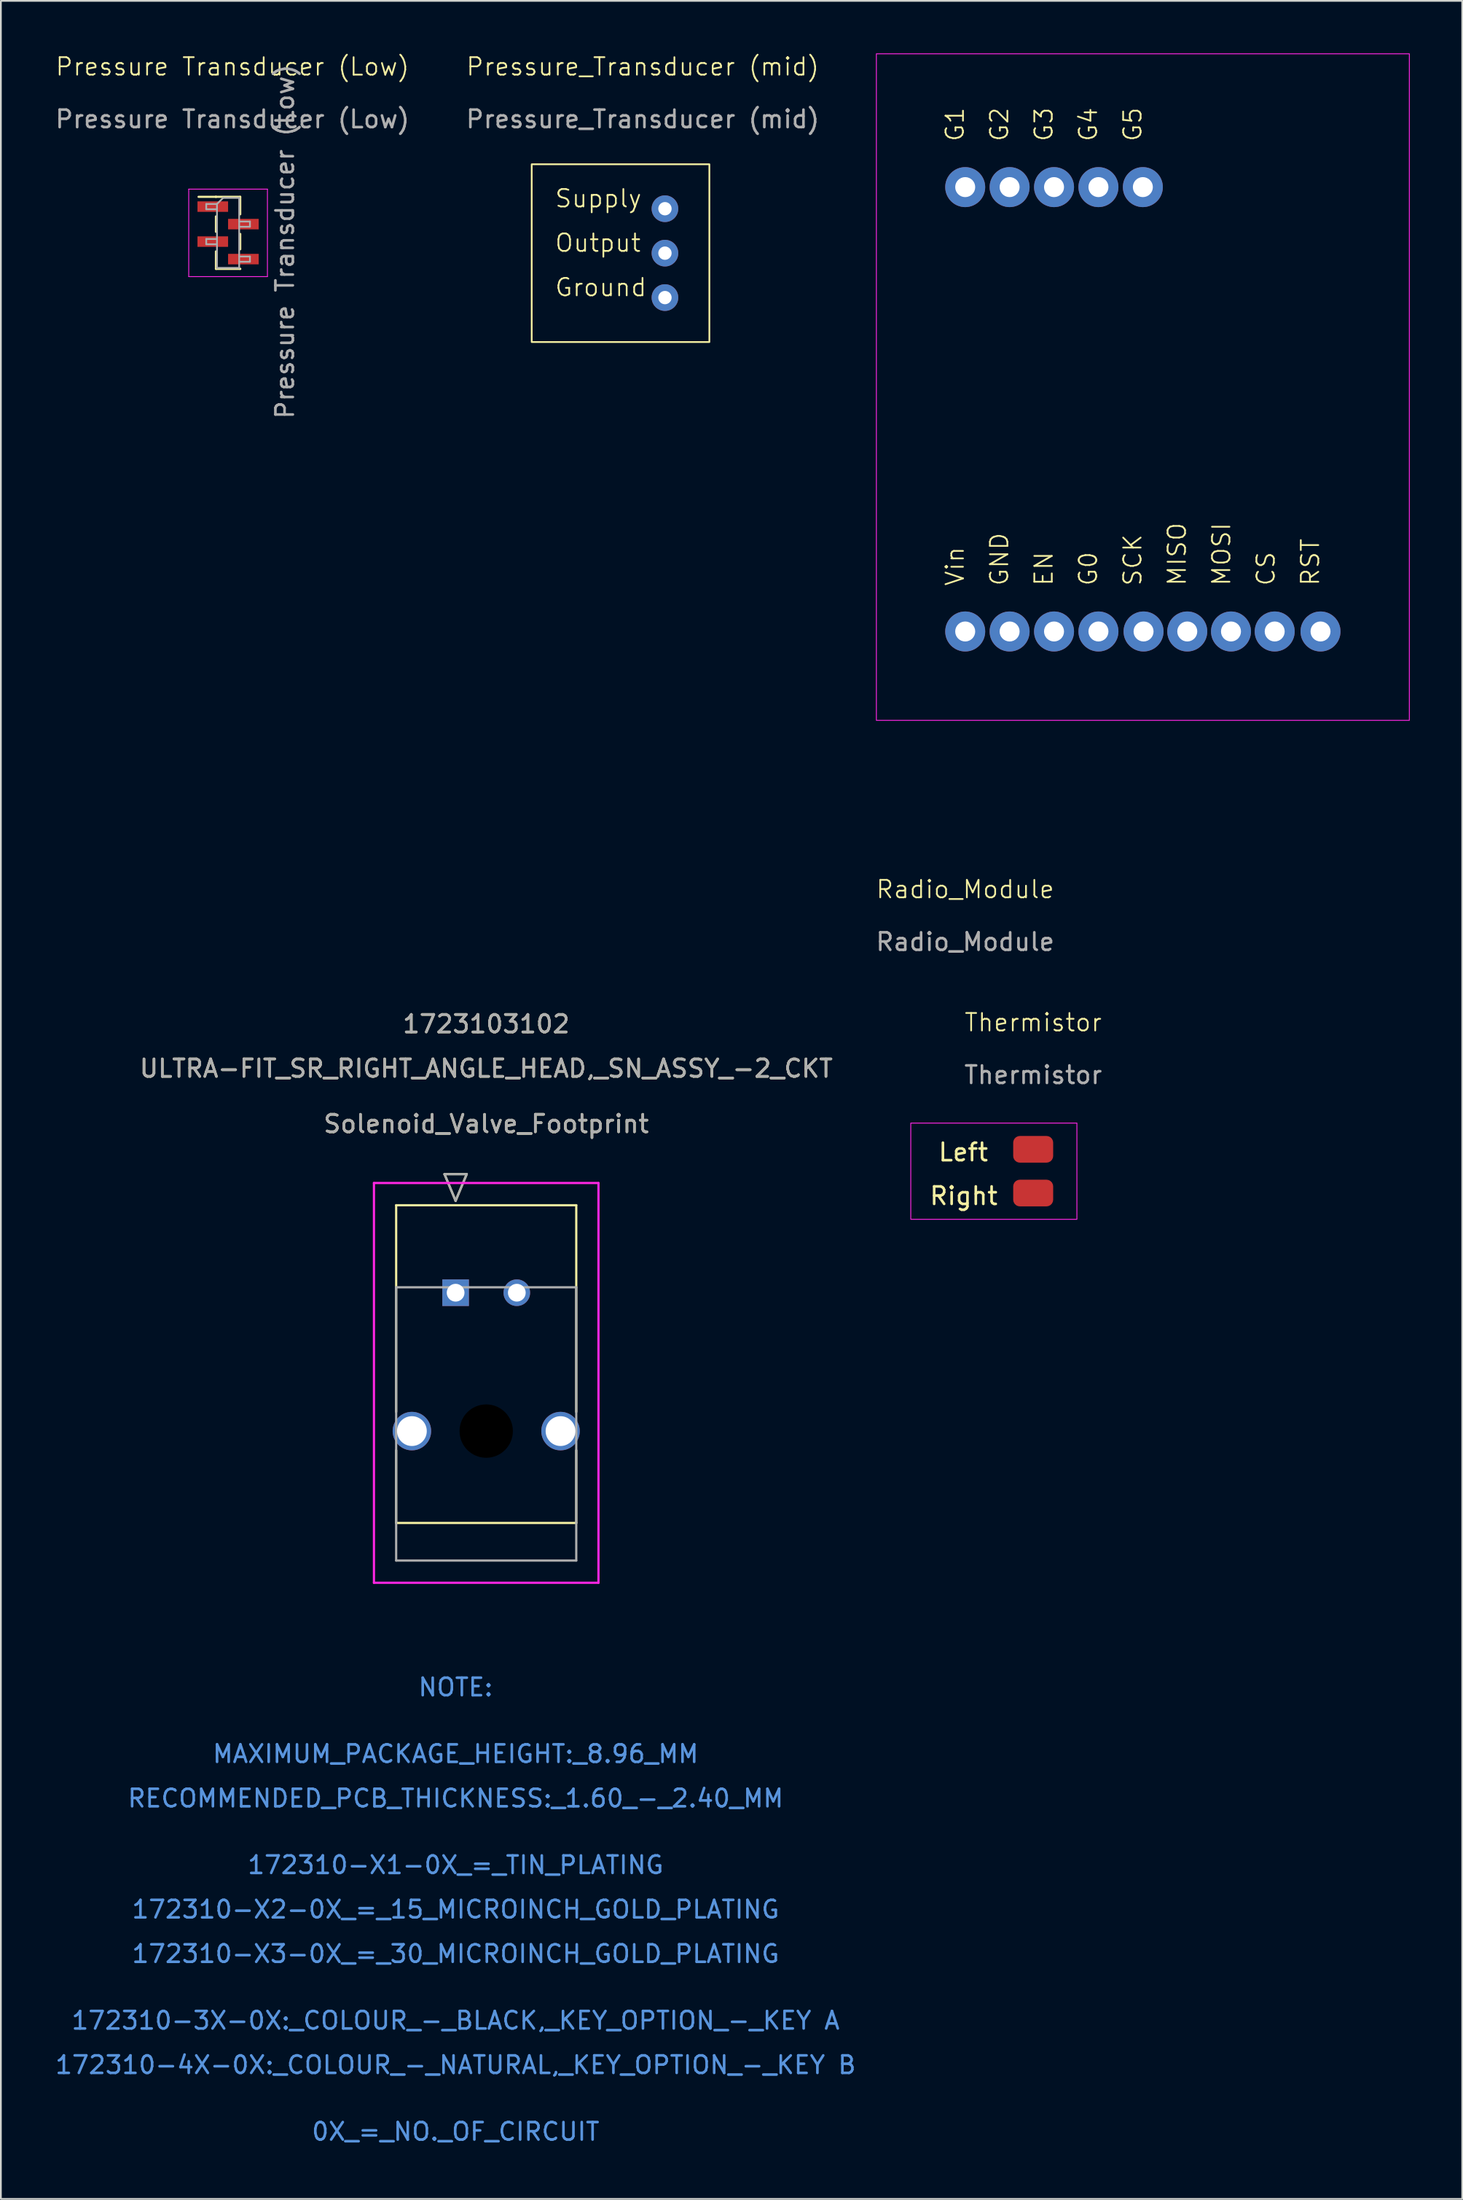
<source format=kicad_pcb>
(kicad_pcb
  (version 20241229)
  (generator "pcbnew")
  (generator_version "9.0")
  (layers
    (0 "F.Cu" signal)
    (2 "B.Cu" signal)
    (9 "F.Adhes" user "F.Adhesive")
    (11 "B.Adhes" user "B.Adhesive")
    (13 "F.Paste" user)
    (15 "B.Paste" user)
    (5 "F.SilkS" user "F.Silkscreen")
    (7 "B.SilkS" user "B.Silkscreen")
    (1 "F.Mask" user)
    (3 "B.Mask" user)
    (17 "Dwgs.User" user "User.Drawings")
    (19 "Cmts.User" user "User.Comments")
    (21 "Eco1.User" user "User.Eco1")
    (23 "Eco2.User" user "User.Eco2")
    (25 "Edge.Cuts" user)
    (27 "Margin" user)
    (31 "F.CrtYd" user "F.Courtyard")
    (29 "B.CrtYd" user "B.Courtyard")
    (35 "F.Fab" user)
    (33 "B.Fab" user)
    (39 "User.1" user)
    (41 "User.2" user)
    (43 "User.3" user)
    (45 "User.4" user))
  (footprint "Pressure_Transducer (mid)"
    (layer "F.Cu")
    (at 33.708 1.26)
    (property "Reference" "Pressure_Transducer (mid)" (at 0 -0.5 0) (unlocked yes) (layer "F.SilkS") (effects (font (size 1 1) (thickness 0.1))))
    (attr through_hole)
    (fp_rect (start -6.35 5.08) (end 3.81 15.24) (stroke (width 0.1) (type default)) (fill no) (layer "F.SilkS"))
    (fp_text user "Ground" (at -5.08 12.7 0) (unlocked yes) (layer "F.SilkS") (effects (font (size 1 1) (thickness 0.1)) (justify left bottom)))
    (fp_text user "Output" (at -5.08 10.16 0) (unlocked yes) (layer "F.SilkS") (effects (font (size 1 1) (thickness 0.1)) (justify left bottom)))
    (fp_text user "Supply" (at -5.08 7.62 0) (unlocked yes) (layer "F.SilkS") (effects (font (size 1 1) (thickness 0.1)) (justify left bottom)))
    (fp_text user "${REFERENCE}" (at 0 2.5 0) (unlocked yes) (layer "F.Fab") (effects (font (size 1 1) (thickness 0.15))))
    (pad "1" thru_hole circle (at 1.27 7.62) (size 1.524 1.524) (drill 0.762) (layers "*.Cu" "*.Mask"))
    (pad "2" thru_hole circle (at 1.27 10.16 90) (size 1.524 1.524) (drill 0.762) (layers "*.Cu" "*.Mask"))
    (pad "3" thru_hole circle (at 1.27 12.7 90) (size 1.524 1.524) (drill 0.762) (layers "*.Cu" "*.Mask")))
  (footprint "Thermistor"
    (layer "F.Cu")
    (at 56.037 55.894)
    (property "Reference" "Thermistor" (at 0 -0.5 0) (unlocked yes) (layer "F.SilkS") (effects (font (size 1 1) (thickness 0.1))))
    (attr smd)
    (fp_rect (start -7 5.25) (end 2.5 10.75) (stroke (width 0.05) (type default)) (fill no) (layer "F.CrtYd"))
    (fp_text user "Left" (at -5.5 7.5 0) (unlocked yes) (layer "F.SilkS") (effects (font (size 1 1) (thickness 0.15)) (justify left bottom)))
    (fp_text user "Right" (at -6 10 0) (unlocked yes) (layer "F.SilkS") (effects (font (size 1 1) (thickness 0.15)) (justify left bottom)))
    (fp_text user "${REFERENCE}" (at 0 2.5 0) (unlocked yes) (layer "F.Fab") (effects (font (size 1 1) (thickness 0.15))))
    (pad "1" smd roundrect (at 0 6.75) (size 2.286 1.524) (layers "F.Cu" "F.Mask" "F.Paste") (roundrect_rratio 0.25))
    (pad "2" smd roundrect (at 0 9.25) (size 2.286 1.524) (layers "F.Cu" "F.Mask" "F.Paste") (roundrect_rratio 0.25)))
  (footprint "Radio_Module"
    (layer "F.Cu")
    (at 52.149 48.285)
    (property "Reference" "Radio_Module" (at 0 -0.5 0) (unlocked yes) (layer "F.SilkS") (effects (font (size 1 1) (thickness 0.1))))
    (attr through_hole)
    (fp_rect (start -5.08 -48.26) (end 25.4 -10.16) (stroke (width 0.05) (type default)) (fill no) (layer "F.CrtYd"))
    (fp_text user "G0" (at 7.62 -17.78 90) (unlocked yes) (layer "F.SilkS") (effects (font (size 1 1) (thickness 0.1)) (justify left bottom)))
    (fp_text user "GND" (at 2.54 -17.78 90) (unlocked yes) (layer "F.SilkS") (effects (font (size 1 1) (thickness 0.1)) (justify left bottom)))
    (fp_text user "G1" (at 0 -43.18 90) (unlocked yes) (layer "F.SilkS") (effects (font (size 1 1) (thickness 0.1)) (justify left bottom)))
    (fp_text user "G5" (at 10.16 -43.18 90) (unlocked yes) (layer "F.SilkS") (effects (font (size 1 1) (thickness 0.1)) (justify left bottom)))
    (fp_text user "SCK" (at 10.16 -17.78 90) (unlocked yes) (layer "F.SilkS") (effects (font (size 1 1) (thickness 0.1)) (justify left bottom)))
    (fp_text user "RST" (at 20.32 -17.78 90) (unlocked yes) (layer "F.SilkS") (effects (font (size 1 1) (thickness 0.1)) (justify left bottom)))
    (fp_text user "Vin" (at 0 -17.78 90) (unlocked yes) (layer "F.SilkS") (effects (font (size 1 1) (thickness 0.1)) (justify left bottom)))
    (fp_text user "G2" (at 2.54 -43.18 90) (unlocked yes) (layer "F.SilkS") (effects (font (size 1 1) (thickness 0.1)) (justify left bottom)))
    (fp_text user "MOSI" (at 15.24 -17.78 90) (unlocked yes) (layer "F.SilkS") (effects (font (size 1 1) (thickness 0.1)) (justify left bottom)))
    (fp_text user "CS" (at 17.78 -17.78 90) (unlocked yes) (layer "F.SilkS") (effects (font (size 1 1) (thickness 0.1)) (justify left bottom)))
    (fp_text user "G3" (at 5.08 -43.18 90) (unlocked yes) (layer "F.SilkS") (effects (font (size 1 1) (thickness 0.1)) (justify left bottom)))
    (fp_text user "EN" (at 5.08 -17.78 90) (unlocked yes) (layer "F.SilkS") (effects (font (size 1 1) (thickness 0.1)) (justify left bottom)))
    (fp_text user "G4" (at 7.62 -43.18 90) (unlocked yes) (layer "F.SilkS") (effects (font (size 1 1) (thickness 0.1)) (justify left bottom)))
    (fp_text user "MISO" (at 12.7 -17.78 90) (unlocked yes) (layer "F.SilkS") (effects (font (size 1 1) (thickness 0.1)) (justify left bottom)))
    (fp_text user "${REFERENCE}" (at 0 2.5 0) (unlocked yes) (layer "F.Fab") (effects (font (size 1 1) (thickness 0.15))))
    (pad "1" thru_hole circle (at 0 -15.24) (size 2.286 2.286) (drill 1.143) (layers "*.Cu" "*.Mask"))
    (pad "2" thru_hole circle (at 2.54 -15.24) (size 2.286 2.286) (drill 1.143) (layers "*.Cu" "*.Mask"))
    (pad "3" thru_hole circle (at 5.08 -15.24) (size 2.286 2.286) (drill 1.143) (layers "*.Cu" "*.Mask"))
    (pad "4" thru_hole circle (at 7.62 -15.24) (size 2.286 2.286) (drill 1.143) (layers "*.Cu" "*.Mask"))
    (pad "5" thru_hole circle (at 10.2 -15.24) (size 2.286 2.286) (drill 1.143) (layers "*.Cu" "*.Mask"))
    (pad "6" thru_hole circle (at 12.7 -15.24) (size 2.286 2.286) (drill 1.143) (layers "*.Cu" "*.Mask"))
    (pad "7" thru_hole circle (at 15.2 -15.24) (size 2.286 2.286) (drill 1.143) (layers "*.Cu" "*.Mask"))
    (pad "8" thru_hole circle (at 17.7 -15.24) (size 2.286 2.286) (drill 1.143) (layers "*.Cu" "*.Mask"))
    (pad "9" thru_hole circle (at 20.32 -15.24) (size 2.286 2.286) (drill 1.143) (layers "*.Cu" "*.Mask"))
    (pad "10" thru_hole circle (at 0 -40.64) (size 2.286 2.286) (drill 1.143) (layers "*.Cu" "*.Mask"))
    (pad "11" thru_hole circle (at 2.54 -40.64) (size 2.286 2.286) (drill 1.143) (layers "*.Cu" "*.Mask"))
    (pad "12" thru_hole circle (at 5.08 -40.64) (size 2.286 2.286) (drill 1.143) (layers "*.Cu" "*.Mask"))
    (pad "13" thru_hole circle (at 7.62 -40.64) (size 2.286 2.286) (drill 1.143) (layers "*.Cu" "*.Mask"))
    (pad "14" thru_hole circle (at 10.16 -40.64) (size 2.286 2.286) (drill 1.143) (layers "*.Cu" "*.Mask")))
  (footprint "Pressure Transducer (Low)"
    (layer "F.Cu")
    (at 10.244 1.26)
    (property "Reference" "Pressure Transducer (Low)" (at 0 -0.5 0) (unlocked yes) (layer "F.SilkS") (effects (font (size 1 1) (thickness 0.1))))
    (attr smd)
    (fp_line (start -0.945 6.94) (end -1.94 6.94) (stroke (width 0.12) (type solid)) (layer "F.SilkS"))
    (fp_line (start -0.945 6.94) (end -0.945 6.94) (stroke (width 0.12) (type solid)) (layer "F.SilkS"))
    (fp_line (start -0.945 6.94) (end 0.445 6.94) (stroke (width 0.12) (type solid)) (layer "F.SilkS"))
    (fp_line (start -0.945 8.06) (end -0.945 8.94) (stroke (width 0.12) (type solid)) (layer "F.SilkS"))
    (fp_line (start -0.945 10.06) (end -0.945 11.06) (stroke (width 0.12) (type solid)) (layer "F.SilkS"))
    (fp_line (start -0.945 11.06) (end 0.445 11.06) (stroke (width 0.12) (type solid)) (layer "F.SilkS"))
    (fp_line (start 0.445 6.94) (end 0.445 7.94) (stroke (width 0.12) (type solid)) (layer "F.SilkS"))
    (fp_line (start 0.445 9.06) (end 0.445 9.94) (stroke (width 0.12) (type solid)) (layer "F.SilkS"))
    (fp_line (start 0.445 11.06) (end 0.445 11.06) (stroke (width 0.12) (type solid)) (layer "F.SilkS"))
    (fp_line (start -2.5 6.5) (end -2.5 11.5) (stroke (width 0.05) (type solid)) (layer "F.CrtYd"))
    (fp_line (start -2.5 11.5) (end 2 11.5) (stroke (width 0.05) (type solid)) (layer "F.CrtYd"))
    (fp_line (start 2 6.5) (end -2.5 6.5) (stroke (width 0.05) (type solid)) (layer "F.CrtYd"))
    (fp_line (start 2 11.5) (end 2 6.5) (stroke (width 0.05) (type solid)) (layer "F.CrtYd"))
    (fp_line (start -1.5 7.35) (end -1.5 7.65) (stroke (width 0.1) (type solid)) (layer "F.Fab"))
    (fp_line (start -1.5 7.65) (end -0.885 7.65) (stroke (width 0.1) (type solid)) (layer "F.Fab"))
    (fp_line (start -1.5 9.35) (end -1.5 9.65) (stroke (width 0.1) (type solid)) (layer "F.Fab"))
    (fp_line (start -1.5 9.65) (end -0.885 9.65) (stroke (width 0.1) (type solid)) (layer "F.Fab"))
    (fp_line (start -0.885 7.35) (end -1.5 7.35) (stroke (width 0.1) (type solid)) (layer "F.Fab"))
    (fp_line (start -0.885 7.35) (end -0.535 7) (stroke (width 0.1) (type solid)) (layer "F.Fab"))
    (fp_line (start -0.885 9.35) (end -1.5 9.35) (stroke (width 0.1) (type solid)) (layer "F.Fab"))
    (fp_line (start -0.885 11) (end -0.885 7.35) (stroke (width 0.1) (type solid)) (layer "F.Fab"))
    (fp_line (start -0.535 7) (end 0.385 7) (stroke (width 0.1) (type solid)) (layer "F.Fab"))
    (fp_line (start 0.385 7) (end 0.385 11) (stroke (width 0.1) (type solid)) (layer "F.Fab"))
    (fp_line (start 0.385 8.35) (end 1 8.35) (stroke (width 0.1) (type solid)) (layer "F.Fab"))
    (fp_line (start 0.385 10.35) (end 1 10.35) (stroke (width 0.1) (type solid)) (layer "F.Fab"))
    (fp_line (start 0.385 11) (end -0.885 11) (stroke (width 0.1) (type solid)) (layer "F.Fab"))
    (fp_line (start 1 8.35) (end 1 8.65) (stroke (width 0.1) (type solid)) (layer "F.Fab"))
    (fp_line (start 1 8.65) (end 0.385 8.65) (stroke (width 0.1) (type solid)) (layer "F.Fab"))
    (fp_line (start 1 10.35) (end 1 10.65) (stroke (width 0.1) (type solid)) (layer "F.Fab"))
    (fp_line (start 1 10.65) (end 0.385 10.65) (stroke (width 0.1) (type solid)) (layer "F.Fab"))
    (fp_text user "${REFERENCE}" (at 3 9.5 90) (layer "F.Fab") (effects (font (size 1 1) (thickness 0.15))))
    (fp_text user "${REFERENCE}" (at 0 2.5 0) (unlocked yes) (layer "F.Fab") (effects (font (size 1 1) (thickness 0.15))))
    (pad "1" smd rect (at -1.125 7.5) (size 1.75 0.6) (layers "F.Cu" "F.Mask" "F.Paste"))
    (pad "2" smd rect (at 0.625 8.5) (size 1.75 0.6) (layers "F.Cu" "F.Mask" "F.Paste"))
    (pad "3" smd rect (at -1.125 9.5) (size 1.75 0.6) (layers "F.Cu" "F.Mask" "F.Paste"))
    (pad "4" smd rect (at 0.625 10.5) (size 1.75 0.6) (layers "F.Cu" "F.Mask" "F.Paste")))
  (footprint "Solenoid_Valve_Footprint"
    (layer "F.Cu")
    (at 23.006 70.841)
    (property "Reference" "Solenoid_Valve_Footprint" (at 1.75 -9.652 0) (unlocked yes) (layer "F.SilkS") (effects (font (size 1 1) (thickness 0.15))))
    (attr through_hole)
    (fp_line (start -3.4 -5) (end -3.4 6.812) (stroke (width 0.127) (type solid)) (layer "F.SilkS"))
    (fp_line (start -3.4 9.008) (end -3.4 13.16) (stroke (width 0.127) (type solid)) (layer "F.SilkS"))
    (fp_line (start -3.4 13.16) (end 6.9 13.16) (stroke (width 0.127) (type solid)) (layer "F.SilkS"))
    (fp_line (start -0.635 -6.778) (end 0 -5.254) (stroke (width 0.127) (type solid)) (layer "F.SilkS"))
    (fp_line (start 0 -5.254) (end 0.635 -6.778) (stroke (width 0.127) (type solid)) (layer "F.SilkS"))
    (fp_line (start 0.635 -6.778) (end -0.635 -6.778) (stroke (width 0.127) (type solid)) (layer "F.SilkS"))
    (fp_line (start 6.9 -5) (end -3.4 -5) (stroke (width 0.127) (type solid)) (layer "F.SilkS"))
    (fp_line (start 6.9 6.812) (end 6.9 -5) (stroke (width 0.127) (type solid)) (layer "F.SilkS"))
    (fp_line (start 6.9 13.16) (end 6.9 9.008) (stroke (width 0.127) (type solid)) (layer "F.SilkS"))
    (fp_line (start -4.67 -6.27) (end -4.67 16.58) (stroke (width 0.127) (type solid)) (layer "F.CrtYd"))
    (fp_line (start -4.67 16.58) (end 8.17 16.58) (stroke (width 0.127) (type solid)) (layer "F.CrtYd"))
    (fp_line (start 8.17 -6.27) (end -4.67 -6.27) (stroke (width 0.127) (type solid)) (layer "F.CrtYd"))
    (fp_line (start 8.17 16.58) (end 8.17 -6.27) (stroke (width 0.127) (type solid)) (layer "F.CrtYd"))
    (fp_line (start -3.4 -0.31) (end -3.4 15.31) (stroke (width 0.127) (type solid)) (layer "F.Fab"))
    (fp_line (start -3.4 15.31) (end 6.9 15.31) (stroke (width 0.127) (type solid)) (layer "F.Fab"))
    (fp_line (start -0.635 -6.778) (end 0 -5.254) (stroke (width 0.127) (type solid)) (layer "F.Fab"))
    (fp_line (start 0 -5.254) (end 0.635 -6.778) (stroke (width 0.127) (type solid)) (layer "F.Fab"))
    (fp_line (start 0.635 -6.778) (end -0.635 -6.778) (stroke (width 0.127) (type solid)) (layer "F.Fab"))
    (fp_line (start 6.9 -0.31) (end -3.4 -0.31) (stroke (width 0.127) (type solid)) (layer "F.Fab"))
    (fp_line (start 6.9 15.31) (end 6.9 -0.31) (stroke (width 0.127) (type solid)) (layer "F.Fab"))
    (fp_text user "1723103102" (at 1.75 -15.36 0) (unlocked yes) (layer "F.SilkS") (effects (font (size 1 1) (thickness 0.15))))
    (fp_text user "ULTRA-FIT_SR_RIGHT_ANGLE_HEAD,_SN_ASSY_-2_CKT" (at 1.75 -12.82 0) (unlocked yes) (layer "F.SilkS") (effects (font (size 1 1) (thickness 0.15))))
    (fp_text user "RECOMMENDED_PCB_THICKNESS:_1.60_-_2.40_MM" (at 0 28.9 0) (unlocked yes) (layer "Cmts.User") (effects (font (size 1 1) (thickness 0.15))))
    (fp_text user "172310-3X-0X:_COLOUR_-_BLACK,_KEY_OPTION_-_KEY A" (at 0 41.6 0) (unlocked yes) (layer "Cmts.User") (effects (font (size 1 1) (thickness 0.15))))
    (fp_text user "172310-X1-0X_=_TIN_PLATING" (at 0 32.71 0) (unlocked yes) (layer "Cmts.User") (effects (font (size 1 1) (thickness 0.15))))
    (fp_text user "0X_=_NO._OF_CIRCUIT" (at 0 47.95 0) (unlocked yes) (layer "Cmts.User") (effects (font (size 1 1) (thickness 0.15))))
    (fp_text user "NOTE:" (at 0 22.55 0) (unlocked yes) (layer "Cmts.User") (effects (font (size 1 1) (thickness 0.15))))
    (fp_text user "MAXIMUM_PACKAGE_HEIGHT:_8.96_MM" (at 0 26.36 0) (unlocked yes) (layer "Cmts.User") (effects (font (size 1 1) (thickness 0.15))))
    (fp_text user "172310-4X-0X:_COLOUR_-_NATURAL,_KEY_OPTION_-_KEY B" (at 0 44.14 0) (unlocked yes) (layer "Cmts.User") (effects (font (size 1 1) (thickness 0.15))))
    (fp_text user "172310-X3-0X_=_30_MICROINCH_GOLD_PLATING" (at 0 37.79 0) (unlocked yes) (layer "Cmts.User") (effects (font (size 1 1) (thickness 0.15))))
    (fp_text user "172310-X2-0X_=_15_MICROINCH_GOLD_PLATING" (at 0 35.25 0) (unlocked yes) (layer "Cmts.User") (effects (font (size 1 1) (thickness 0.15))))
    (fp_text user "ULTRA-FIT_SR_RIGHT_ANGLE_HEAD,_SN_ASSY_-2_CKT" (at 1.75 -12.82 0) (unlocked yes) (layer "F.Fab") (effects (font (size 1 1) (thickness 0.15))))
    (fp_text user "1723103102" (at 1.75 -15.36 0) (unlocked yes) (layer "F.Fab") (effects (font (size 1 1) (thickness 0.15))))
    (fp_text user "${REFERENCE}" (at 1.75 -9.652 0) (unlocked yes) (layer "F.Fab") (effects (font (size 1 1) (thickness 0.15))))
    (pad "" np_thru_hole circle (at 1.75 7.91) (size 3.05 3.05) (drill 3.05) (layers))
    (pad "1" thru_hole rect (at 0 0) (size 1.52 1.52) (drill 1.016) (layers "*.Cu" "*.Mask"))
    (pad "2" thru_hole circle (at 3.5 0) (size 1.52 1.52) (drill 1.016) (layers "*.Cu" "*.Mask"))
    (pad "3" thru_hole circle (at -2.5 7.91) (size 2.2 2.2) (drill 1.702) (layers "*.Cu" "*.Mask"))
    (pad "4" thru_hole circle (at 6 7.91) (size 2.2 2.2) (drill 1.702) (layers "*.Cu" "*.Mask")))
  (gr_rect
    (start -3 -3)
    (end 80.574 122.64)
    (stroke (width 0.1) (type default))
    (fill no)
    (layer "Edge.Cuts")))
</source>
